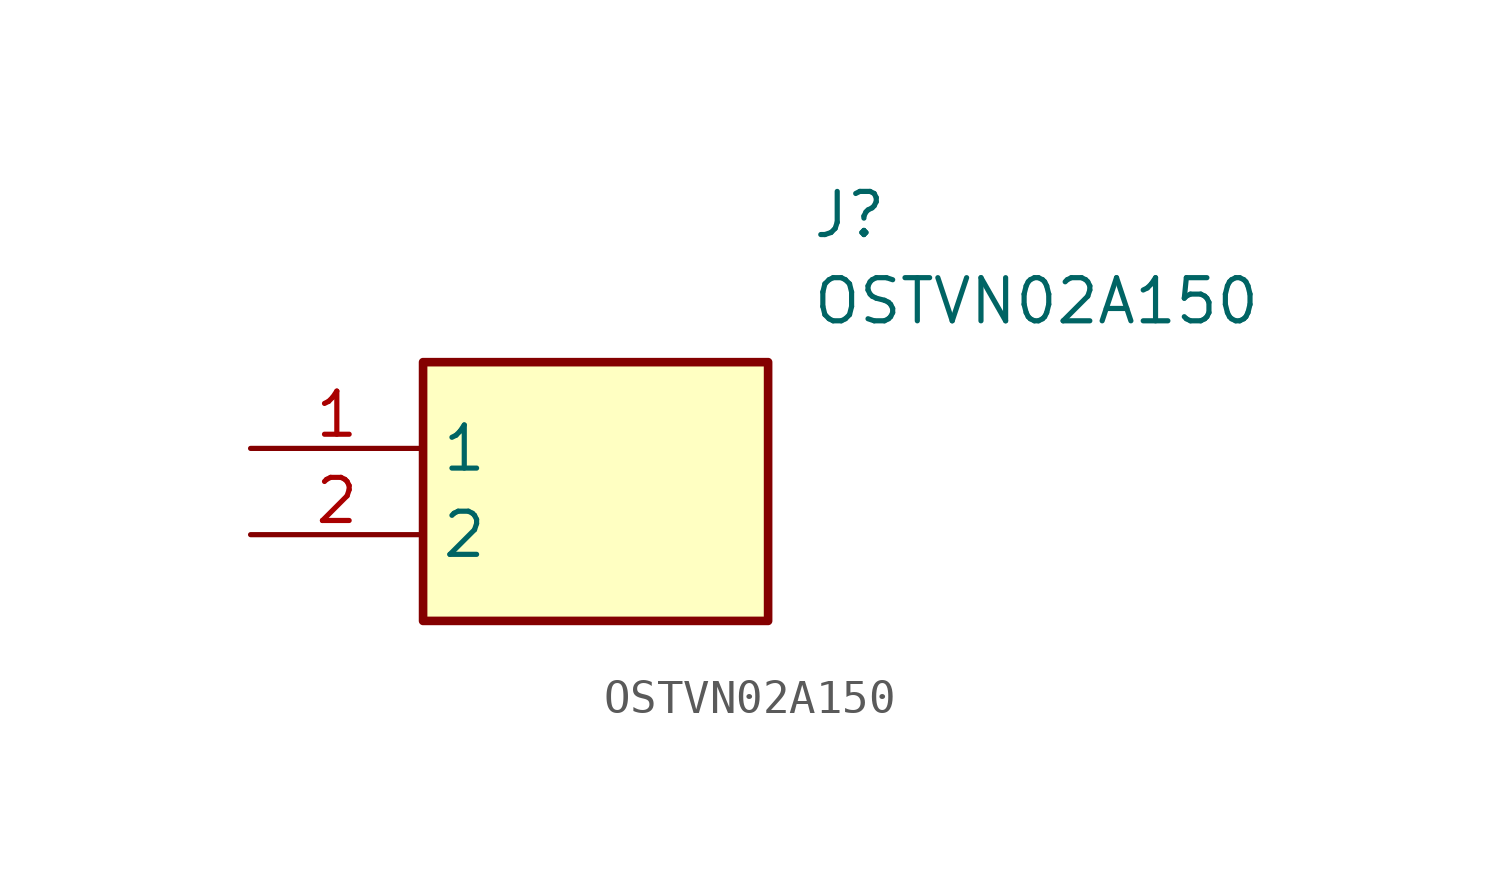
<source format=kicad_sym>
(kicad_symbol_lib
  (version 20211014)
  (generator SamacSys_ECAD_Model)
  (symbol "OSTVN02A150"
    (property "Reference" "J"
      (at 16.51 7.62 0)
      (effects (font (size 1.27 1.27)) (justify left top)))
    (property "Value" "OSTVN02A150"
      (at 16.51 5.08 0)
      (effects (font (size 1.27 1.27)) (justify left top)))
    (rectangle
      (start 5.08 2.54)
      (end 15.24 -5.08)
      (stroke (width 0.254) (type default))
      (fill (type background)))
    (pin passive line
      (at 0 0 0)
      (length 5.08)
      (name "1" (effects (font (size 1.27 1.27))))
      (number "1" (effects (font (size 1.27 1.27)))))
    (pin passive line
      (at 0 -2.54 0)
      (length 5.08)
      (name "2" (effects (font (size 1.27 1.27))))
      (number "2" (effects (font (size 1.27 1.27)))))))
</source>
